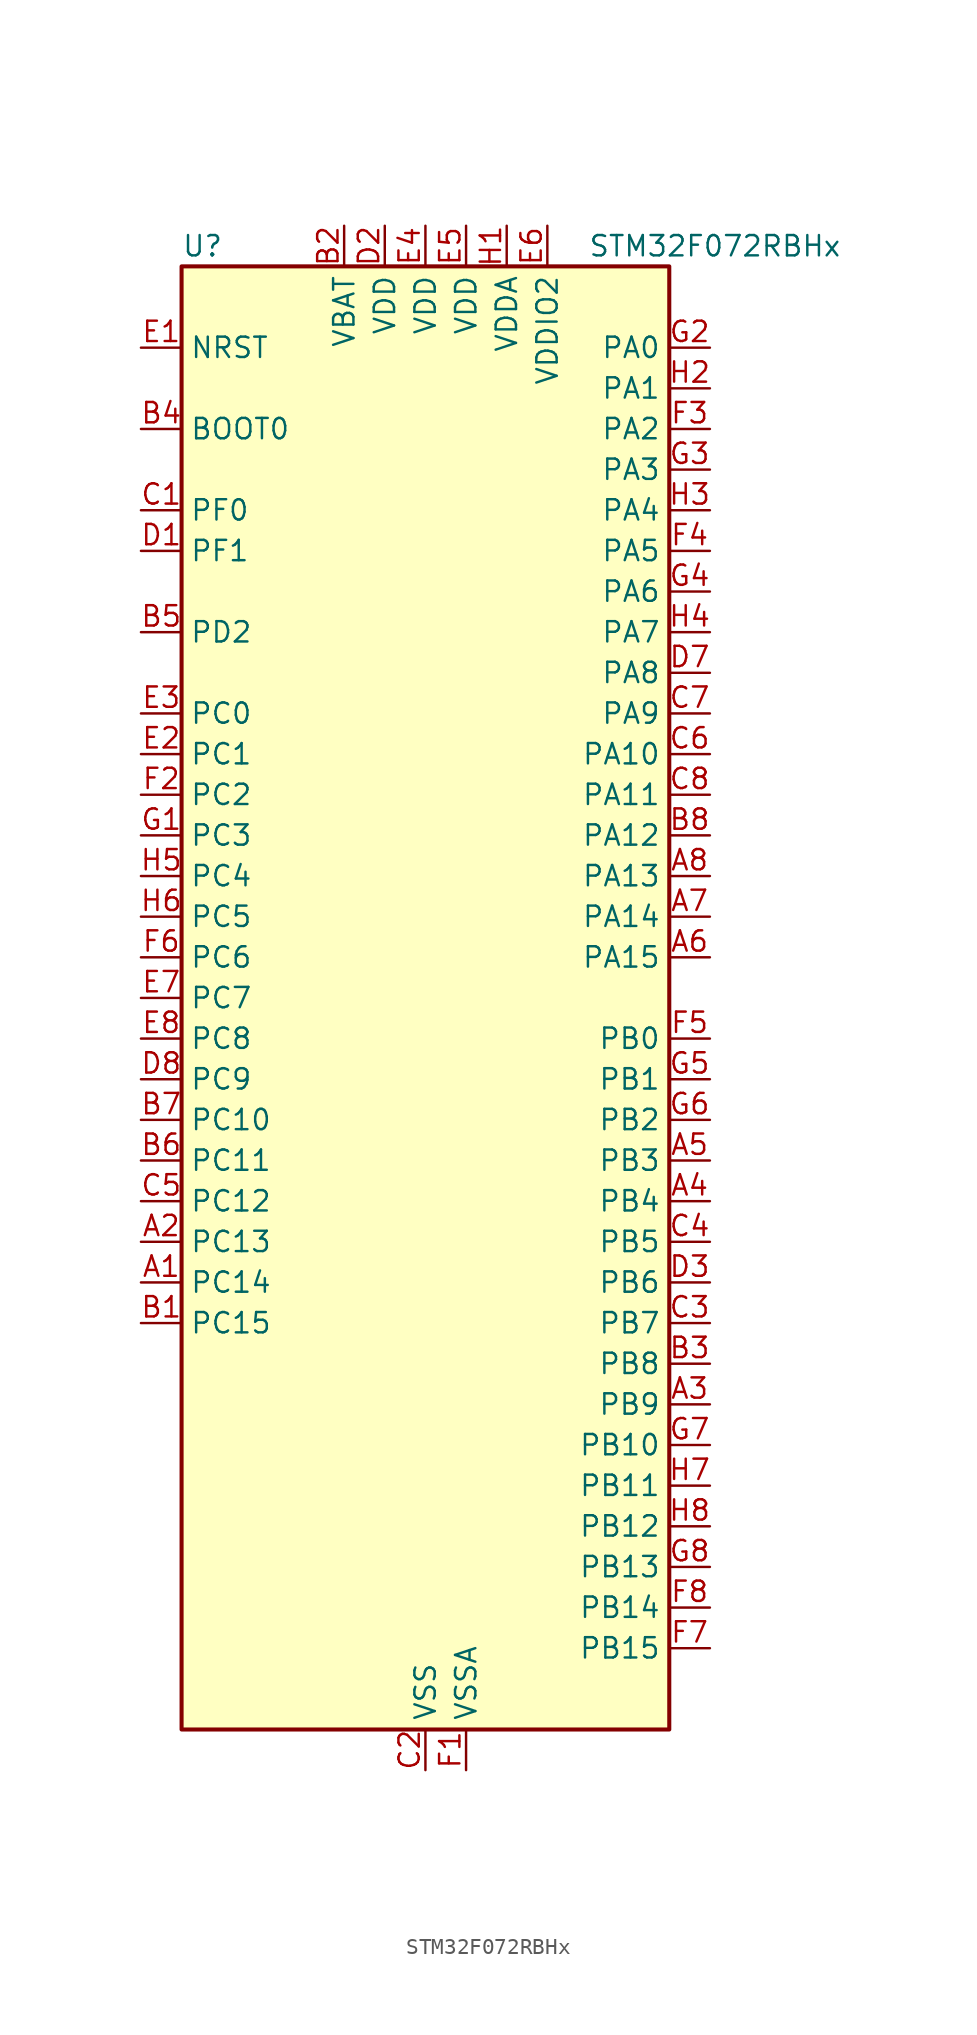
<source format=kicad_sym>
(kicad_symbol_lib
  (version 20241209)
  (generator "kicad_symbol_editor")
  (generator_version "9.0")
  (symbol "STM32F072RBHx"
    (property "Reference" "U"
      (at -15.24 46.99 0)
      (effects (font (size 1.27 1.27)) (justify left)))
    (property "Value" "STM32F072RBHx"
      (at 10.16 46.99 0)
      (effects (font (size 1.27 1.27)) (justify left)))
    (symbol "STM32F072RBHx_0_1"
      (rectangle (start -15.24 -45.72) (end 15.24 45.72) (stroke (width 0.254) (type default)) (fill (type background))))
    (symbol "STM32F072RBHx_1_1"
      (pin input line (at -17.78 40.64 0) (length 2.54) (name "NRST" (effects (font (size 1.27 1.27)))) (number "E1" (effects (font (size 1.27 1.27)))))
      (pin input line (at -17.78 35.56 0) (length 2.54) (name "BOOT0" (effects (font (size 1.27 1.27)))) (number "B4" (effects (font (size 1.27 1.27)))))
      (pin bidirectional line (at -17.78 30.48 0) (length 2.54) (name "PF0" (effects (font (size 1.27 1.27)))) (number "C1" (effects (font (size 1.27 1.27)))) (alternate "CRS_SYNC" bidirectional line) (alternate "RCC_OSC_IN" bidirectional line))
      (pin bidirectional line (at -17.78 27.94 0) (length 2.54) (name "PF1" (effects (font (size 1.27 1.27)))) (number "D1" (effects (font (size 1.27 1.27)))) (alternate "RCC_OSC_OUT" bidirectional line))
      (pin bidirectional line (at -17.78 22.86 0) (length 2.54) (name "PD2" (effects (font (size 1.27 1.27)))) (number "B5" (effects (font (size 1.27 1.27)))) (alternate "TIM3_ETR" bidirectional line) (alternate "USART3_DE" bidirectional line) (alternate "USART3_RTS" bidirectional line))
      (pin bidirectional line (at -17.78 17.78 0) (length 2.54) (name "PC0" (effects (font (size 1.27 1.27)))) (number "E3" (effects (font (size 1.27 1.27)))) (alternate "ADC_IN10" bidirectional line))
      (pin bidirectional line (at -17.78 15.24 0) (length 2.54) (name "PC1" (effects (font (size 1.27 1.27)))) (number "E2" (effects (font (size 1.27 1.27)))) (alternate "ADC_IN11" bidirectional line))
      (pin bidirectional line (at -17.78 12.7 0) (length 2.54) (name "PC2" (effects (font (size 1.27 1.27)))) (number "F2" (effects (font (size 1.27 1.27)))) (alternate "ADC_IN12" bidirectional line) (alternate "I2S2_MCK" bidirectional line) (alternate "SPI2_MISO" bidirectional line))
      (pin bidirectional line (at -17.78 10.16 0) (length 2.54) (name "PC3" (effects (font (size 1.27 1.27)))) (number "G1" (effects (font (size 1.27 1.27)))) (alternate "ADC_IN13" bidirectional line) (alternate "I2S2_SD" bidirectional line) (alternate "SPI2_MOSI" bidirectional line))
      (pin bidirectional line (at -17.78 7.62 0) (length 2.54) (name "PC4" (effects (font (size 1.27 1.27)))) (number "H5" (effects (font (size 1.27 1.27)))) (alternate "ADC_IN14" bidirectional line) (alternate "USART3_TX" bidirectional line))
      (pin bidirectional line (at -17.78 5.08 0) (length 2.54) (name "PC5" (effects (font (size 1.27 1.27)))) (number "H6" (effects (font (size 1.27 1.27)))) (alternate "ADC_IN15" bidirectional line) (alternate "SYS_WKUP5" bidirectional line) (alternate "TSC_G3_IO1" bidirectional line) (alternate "USART3_RX" bidirectional line))
      (pin bidirectional line (at -17.78 2.54 0) (length 2.54) (name "PC6" (effects (font (size 1.27 1.27)))) (number "F6" (effects (font (size 1.27 1.27)))) (alternate "TIM3_CH1" bidirectional line))
      (pin bidirectional line (at -17.78 0 0) (length 2.54) (name "PC7" (effects (font (size 1.27 1.27)))) (number "E7" (effects (font (size 1.27 1.27)))) (alternate "TIM3_CH2" bidirectional line))
      (pin bidirectional line (at -17.78 -2.54 0) (length 2.54) (name "PC8" (effects (font (size 1.27 1.27)))) (number "E8" (effects (font (size 1.27 1.27)))) (alternate "TIM3_CH3" bidirectional line))
      (pin bidirectional line (at -17.78 -5.08 0) (length 2.54) (name "PC9" (effects (font (size 1.27 1.27)))) (number "D8" (effects (font (size 1.27 1.27)))) (alternate "DAC_EXTI9" bidirectional line) (alternate "TIM3_CH4" bidirectional line))
      (pin bidirectional line (at -17.78 -7.62 0) (length 2.54) (name "PC10" (effects (font (size 1.27 1.27)))) (number "B7" (effects (font (size 1.27 1.27)))) (alternate "USART3_TX" bidirectional line) (alternate "USART4_TX" bidirectional line))
      (pin bidirectional line (at -17.78 -10.16 0) (length 2.54) (name "PC11" (effects (font (size 1.27 1.27)))) (number "B6" (effects (font (size 1.27 1.27)))) (alternate "USART3_RX" bidirectional line) (alternate "USART4_RX" bidirectional line))
      (pin bidirectional line (at -17.78 -12.7 0) (length 2.54) (name "PC12" (effects (font (size 1.27 1.27)))) (number "C5" (effects (font (size 1.27 1.27)))) (alternate "USART3_CK" bidirectional line) (alternate "USART4_CK" bidirectional line))
      (pin bidirectional line (at -17.78 -15.24 0) (length 2.54) (name "PC13" (effects (font (size 1.27 1.27)))) (number "A2" (effects (font (size 1.27 1.27)))) (alternate "RTC_OUT_ALARM" bidirectional line) (alternate "RTC_OUT_CALIB" bidirectional line) (alternate "RTC_TAMP1" bidirectional line) (alternate "RTC_TS" bidirectional line) (alternate "SYS_WKUP2" bidirectional line))
      (pin bidirectional line (at -17.78 -17.78 0) (length 2.54) (name "PC14" (effects (font (size 1.27 1.27)))) (number "A1" (effects (font (size 1.27 1.27)))) (alternate "RCC_OSC32_IN" bidirectional line))
      (pin bidirectional line (at -17.78 -20.32 0) (length 2.54) (name "PC15" (effects (font (size 1.27 1.27)))) (number "B1" (effects (font (size 1.27 1.27)))) (alternate "RCC_OSC32_OUT" bidirectional line))
      (pin power_in line (at -5.08 48.26 270) (length 2.54) (name "VBAT" (effects (font (size 1.27 1.27)))) (number "B2" (effects (font (size 1.27 1.27)))))
      (pin power_in line (at -2.54 48.26 270) (length 2.54) (name "VDD" (effects (font (size 1.27 1.27)))) (number "D2" (effects (font (size 1.27 1.27)))))
      (pin power_in line (at 0 48.26 270) (length 2.54) (name "VDD" (effects (font (size 1.27 1.27)))) (number "E4" (effects (font (size 1.27 1.27)))))
      (pin power_in line (at 0 -48.26 90) (length 2.54) (name "VSS" (effects (font (size 1.27 1.27)))) (number "C2" (effects (font (size 1.27 1.27)))))
      (pin passive line (at 0 -48.26 90) (length 2.54) (hide yes) (name "VSS" (effects (font (size 1.27 1.27)))) (number "D4" (effects (font (size 1.27 1.27)))))
      (pin passive line (at 0 -48.26 90) (length 2.54) (hide yes) (name "VSS" (effects (font (size 1.27 1.27)))) (number "D5" (effects (font (size 1.27 1.27)))))
      (pin passive line (at 0 -48.26 90) (length 2.54) (hide yes) (name "VSS" (effects (font (size 1.27 1.27)))) (number "D6" (effects (font (size 1.27 1.27)))))
      (pin power_in line (at 2.54 48.26 270) (length 2.54) (name "VDD" (effects (font (size 1.27 1.27)))) (number "E5" (effects (font (size 1.27 1.27)))))
      (pin power_in line (at 2.54 -48.26 90) (length 2.54) (name "VSSA" (effects (font (size 1.27 1.27)))) (number "F1" (effects (font (size 1.27 1.27)))))
      (pin power_in line (at 5.08 48.26 270) (length 2.54) (name "VDDA" (effects (font (size 1.27 1.27)))) (number "H1" (effects (font (size 1.27 1.27)))))
      (pin power_in line (at 7.62 48.26 270) (length 2.54) (name "VDDIO2" (effects (font (size 1.27 1.27)))) (number "E6" (effects (font (size 1.27 1.27)))))
      (pin bidirectional line (at 17.78 40.64 180) (length 2.54) (name "PA0" (effects (font (size 1.27 1.27)))) (number "G2" (effects (font (size 1.27 1.27)))) (alternate "ADC_IN0" bidirectional line) (alternate "COMP1_INM" bidirectional line) (alternate "COMP1_OUT" bidirectional line) (alternate "RTC_TAMP2" bidirectional line) (alternate "SYS_WKUP1" bidirectional line) (alternate "TIM2_CH1" bidirectional line) (alternate "TIM2_ETR" bidirectional line) (alternate "TSC_G1_IO1" bidirectional line) (alternate "USART2_CTS" bidirectional line) (alternate "USART4_TX" bidirectional line))
      (pin bidirectional line (at 17.78 38.1 180) (length 2.54) (name "PA1" (effects (font (size 1.27 1.27)))) (number "H2" (effects (font (size 1.27 1.27)))) (alternate "ADC_IN1" bidirectional line) (alternate "COMP1_INP" bidirectional line) (alternate "TIM15_CH1N" bidirectional line) (alternate "TIM2_CH2" bidirectional line) (alternate "TSC_G1_IO2" bidirectional line) (alternate "USART2_DE" bidirectional line) (alternate "USART2_RTS" bidirectional line) (alternate "USART4_RX" bidirectional line))
      (pin bidirectional line (at 17.78 35.56 180) (length 2.54) (name "PA2" (effects (font (size 1.27 1.27)))) (number "F3" (effects (font (size 1.27 1.27)))) (alternate "ADC_IN2" bidirectional line) (alternate "COMP2_INM" bidirectional line) (alternate "COMP2_OUT" bidirectional line) (alternate "SYS_WKUP4" bidirectional line) (alternate "TIM15_CH1" bidirectional line) (alternate "TIM2_CH3" bidirectional line) (alternate "TSC_G1_IO3" bidirectional line) (alternate "USART2_TX" bidirectional line))
      (pin bidirectional line (at 17.78 33.02 180) (length 2.54) (name "PA3" (effects (font (size 1.27 1.27)))) (number "G3" (effects (font (size 1.27 1.27)))) (alternate "ADC_IN3" bidirectional line) (alternate "COMP2_INP" bidirectional line) (alternate "TIM15_CH2" bidirectional line) (alternate "TIM2_CH4" bidirectional line) (alternate "TSC_G1_IO4" bidirectional line) (alternate "USART2_RX" bidirectional line))
      (pin bidirectional line (at 17.78 30.48 180) (length 2.54) (name "PA4" (effects (font (size 1.27 1.27)))) (number "H3" (effects (font (size 1.27 1.27)))) (alternate "ADC_IN4" bidirectional line) (alternate "COMP1_INM" bidirectional line) (alternate "COMP2_INM" bidirectional line) (alternate "DAC_OUT1" bidirectional line) (alternate "I2S1_WS" bidirectional line) (alternate "SPI1_NSS" bidirectional line) (alternate "TIM14_CH1" bidirectional line) (alternate "TSC_G2_IO1" bidirectional line) (alternate "USART2_CK" bidirectional line))
      (pin bidirectional line (at 17.78 27.94 180) (length 2.54) (name "PA5" (effects (font (size 1.27 1.27)))) (number "F4" (effects (font (size 1.27 1.27)))) (alternate "ADC_IN5" bidirectional line) (alternate "CEC" bidirectional line) (alternate "COMP1_INM" bidirectional line) (alternate "COMP2_INM" bidirectional line) (alternate "DAC_OUT2" bidirectional line) (alternate "I2S1_CK" bidirectional line) (alternate "SPI1_SCK" bidirectional line) (alternate "TIM2_CH1" bidirectional line) (alternate "TIM2_ETR" bidirectional line) (alternate "TSC_G2_IO2" bidirectional line))
      (pin bidirectional line (at 17.78 25.4 180) (length 2.54) (name "PA6" (effects (font (size 1.27 1.27)))) (number "G4" (effects (font (size 1.27 1.27)))) (alternate "ADC_IN6" bidirectional line) (alternate "COMP1_OUT" bidirectional line) (alternate "I2S1_MCK" bidirectional line) (alternate "SPI1_MISO" bidirectional line) (alternate "TIM16_CH1" bidirectional line) (alternate "TIM1_BKIN" bidirectional line) (alternate "TIM3_CH1" bidirectional line) (alternate "TSC_G2_IO3" bidirectional line) (alternate "USART3_CTS" bidirectional line))
      (pin bidirectional line (at 17.78 22.86 180) (length 2.54) (name "PA7" (effects (font (size 1.27 1.27)))) (number "H4" (effects (font (size 1.27 1.27)))) (alternate "ADC_IN7" bidirectional line) (alternate "COMP2_OUT" bidirectional line) (alternate "I2S1_SD" bidirectional line) (alternate "SPI1_MOSI" bidirectional line) (alternate "TIM14_CH1" bidirectional line) (alternate "TIM17_CH1" bidirectional line) (alternate "TIM1_CH1N" bidirectional line) (alternate "TIM3_CH2" bidirectional line) (alternate "TSC_G2_IO4" bidirectional line))
      (pin bidirectional line (at 17.78 20.32 180) (length 2.54) (name "PA8" (effects (font (size 1.27 1.27)))) (number "D7" (effects (font (size 1.27 1.27)))) (alternate "CRS_SYNC" bidirectional line) (alternate "RCC_MCO" bidirectional line) (alternate "TIM1_CH1" bidirectional line) (alternate "USART1_CK" bidirectional line))
      (pin bidirectional line (at 17.78 17.78 180) (length 2.54) (name "PA9" (effects (font (size 1.27 1.27)))) (number "C7" (effects (font (size 1.27 1.27)))) (alternate "DAC_EXTI9" bidirectional line) (alternate "TIM15_BKIN" bidirectional line) (alternate "TIM1_CH2" bidirectional line) (alternate "TSC_G4_IO1" bidirectional line) (alternate "USART1_TX" bidirectional line))
      (pin bidirectional line (at 17.78 15.24 180) (length 2.54) (name "PA10" (effects (font (size 1.27 1.27)))) (number "C6" (effects (font (size 1.27 1.27)))) (alternate "TIM17_BKIN" bidirectional line) (alternate "TIM1_CH3" bidirectional line) (alternate "TSC_G4_IO2" bidirectional line) (alternate "USART1_RX" bidirectional line))
      (pin bidirectional line (at 17.78 12.7 180) (length 2.54) (name "PA11" (effects (font (size 1.27 1.27)))) (number "C8" (effects (font (size 1.27 1.27)))) (alternate "CAN_RX" bidirectional line) (alternate "COMP1_OUT" bidirectional line) (alternate "TIM1_CH4" bidirectional line) (alternate "TSC_G4_IO3" bidirectional line) (alternate "USART1_CTS" bidirectional line) (alternate "USB_DM" bidirectional line))
      (pin bidirectional line (at 17.78 10.16 180) (length 2.54) (name "PA12" (effects (font (size 1.27 1.27)))) (number "B8" (effects (font (size 1.27 1.27)))) (alternate "CAN_TX" bidirectional line) (alternate "COMP2_OUT" bidirectional line) (alternate "TIM1_ETR" bidirectional line) (alternate "TSC_G4_IO4" bidirectional line) (alternate "USART1_DE" bidirectional line) (alternate "USART1_RTS" bidirectional line) (alternate "USB_DP" bidirectional line))
      (pin bidirectional line (at 17.78 7.62 180) (length 2.54) (name "PA13" (effects (font (size 1.27 1.27)))) (number "A8" (effects (font (size 1.27 1.27)))) (alternate "IR_OUT" bidirectional line) (alternate "SYS_SWDIO" bidirectional line) (alternate "USB_NOE" bidirectional line))
      (pin bidirectional line (at 17.78 5.08 180) (length 2.54) (name "PA14" (effects (font (size 1.27 1.27)))) (number "A7" (effects (font (size 1.27 1.27)))) (alternate "SYS_SWCLK" bidirectional line) (alternate "USART2_TX" bidirectional line))
      (pin bidirectional line (at 17.78 2.54 180) (length 2.54) (name "PA15" (effects (font (size 1.27 1.27)))) (number "A6" (effects (font (size 1.27 1.27)))) (alternate "I2S1_WS" bidirectional line) (alternate "SPI1_NSS" bidirectional line) (alternate "TIM2_CH1" bidirectional line) (alternate "TIM2_ETR" bidirectional line) (alternate "USART2_RX" bidirectional line) (alternate "USART4_DE" bidirectional line) (alternate "USART4_RTS" bidirectional line))
      (pin bidirectional line (at 17.78 -2.54 180) (length 2.54) (name "PB0" (effects (font (size 1.27 1.27)))) (number "F5" (effects (font (size 1.27 1.27)))) (alternate "ADC_IN8" bidirectional line) (alternate "TIM1_CH2N" bidirectional line) (alternate "TIM3_CH3" bidirectional line) (alternate "TSC_G3_IO2" bidirectional line) (alternate "USART3_CK" bidirectional line))
      (pin bidirectional line (at 17.78 -5.08 180) (length 2.54) (name "PB1" (effects (font (size 1.27 1.27)))) (number "G5" (effects (font (size 1.27 1.27)))) (alternate "ADC_IN9" bidirectional line) (alternate "TIM14_CH1" bidirectional line) (alternate "TIM1_CH3N" bidirectional line) (alternate "TIM3_CH4" bidirectional line) (alternate "TSC_G3_IO3" bidirectional line) (alternate "USART3_DE" bidirectional line) (alternate "USART3_RTS" bidirectional line))
      (pin bidirectional line (at 17.78 -7.62 180) (length 2.54) (name "PB2" (effects (font (size 1.27 1.27)))) (number "G6" (effects (font (size 1.27 1.27)))) (alternate "TSC_G3_IO4" bidirectional line))
      (pin bidirectional line (at 17.78 -10.16 180) (length 2.54) (name "PB3" (effects (font (size 1.27 1.27)))) (number "A5" (effects (font (size 1.27 1.27)))) (alternate "I2S1_CK" bidirectional line) (alternate "SPI1_SCK" bidirectional line) (alternate "TIM2_CH2" bidirectional line) (alternate "TSC_G5_IO1" bidirectional line))
      (pin bidirectional line (at 17.78 -12.7 180) (length 2.54) (name "PB4" (effects (font (size 1.27 1.27)))) (number "A4" (effects (font (size 1.27 1.27)))) (alternate "I2S1_MCK" bidirectional line) (alternate "SPI1_MISO" bidirectional line) (alternate "TIM17_BKIN" bidirectional line) (alternate "TIM3_CH1" bidirectional line) (alternate "TSC_G5_IO2" bidirectional line))
      (pin bidirectional line (at 17.78 -15.24 180) (length 2.54) (name "PB5" (effects (font (size 1.27 1.27)))) (number "C4" (effects (font (size 1.27 1.27)))) (alternate "I2C1_SMBA" bidirectional line) (alternate "I2S1_SD" bidirectional line) (alternate "SPI1_MOSI" bidirectional line) (alternate "SYS_WKUP6" bidirectional line) (alternate "TIM16_BKIN" bidirectional line) (alternate "TIM3_CH2" bidirectional line))
      (pin bidirectional line (at 17.78 -17.78 180) (length 2.54) (name "PB6" (effects (font (size 1.27 1.27)))) (number "D3" (effects (font (size 1.27 1.27)))) (alternate "I2C1_SCL" bidirectional line) (alternate "TIM16_CH1N" bidirectional line) (alternate "TSC_G5_IO3" bidirectional line) (alternate "USART1_TX" bidirectional line))
      (pin bidirectional line (at 17.78 -20.32 180) (length 2.54) (name "PB7" (effects (font (size 1.27 1.27)))) (number "C3" (effects (font (size 1.27 1.27)))) (alternate "I2C1_SDA" bidirectional line) (alternate "TIM17_CH1N" bidirectional line) (alternate "TSC_G5_IO4" bidirectional line) (alternate "USART1_RX" bidirectional line) (alternate "USART4_CTS" bidirectional line))
      (pin bidirectional line (at 17.78 -22.86 180) (length 2.54) (name "PB8" (effects (font (size 1.27 1.27)))) (number "B3" (effects (font (size 1.27 1.27)))) (alternate "CAN_RX" bidirectional line) (alternate "CEC" bidirectional line) (alternate "I2C1_SCL" bidirectional line) (alternate "TIM16_CH1" bidirectional line) (alternate "TSC_SYNC" bidirectional line))
      (pin bidirectional line (at 17.78 -25.4 180) (length 2.54) (name "PB9" (effects (font (size 1.27 1.27)))) (number "A3" (effects (font (size 1.27 1.27)))) (alternate "CAN_TX" bidirectional line) (alternate "DAC_EXTI9" bidirectional line) (alternate "I2C1_SDA" bidirectional line) (alternate "I2S2_WS" bidirectional line) (alternate "IR_OUT" bidirectional line) (alternate "SPI2_NSS" bidirectional line) (alternate "TIM17_CH1" bidirectional line))
      (pin bidirectional line (at 17.78 -27.94 180) (length 2.54) (name "PB10" (effects (font (size 1.27 1.27)))) (number "G7" (effects (font (size 1.27 1.27)))) (alternate "CEC" bidirectional line) (alternate "I2C2_SCL" bidirectional line) (alternate "I2S2_CK" bidirectional line) (alternate "SPI2_SCK" bidirectional line) (alternate "TIM2_CH3" bidirectional line) (alternate "TSC_SYNC" bidirectional line) (alternate "USART3_TX" bidirectional line))
      (pin bidirectional line (at 17.78 -30.48 180) (length 2.54) (name "PB11" (effects (font (size 1.27 1.27)))) (number "H7" (effects (font (size 1.27 1.27)))) (alternate "I2C2_SDA" bidirectional line) (alternate "TIM2_CH4" bidirectional line) (alternate "TSC_G6_IO1" bidirectional line) (alternate "USART3_RX" bidirectional line))
      (pin bidirectional line (at 17.78 -33.02 180) (length 2.54) (name "PB12" (effects (font (size 1.27 1.27)))) (number "H8" (effects (font (size 1.27 1.27)))) (alternate "I2S2_WS" bidirectional line) (alternate "SPI2_NSS" bidirectional line) (alternate "TIM15_BKIN" bidirectional line) (alternate "TIM1_BKIN" bidirectional line) (alternate "TSC_G6_IO2" bidirectional line) (alternate "USART3_CK" bidirectional line))
      (pin bidirectional line (at 17.78 -35.56 180) (length 2.54) (name "PB13" (effects (font (size 1.27 1.27)))) (number "G8" (effects (font (size 1.27 1.27)))) (alternate "I2C2_SCL" bidirectional line) (alternate "I2S2_CK" bidirectional line) (alternate "SPI2_SCK" bidirectional line) (alternate "TIM1_CH1N" bidirectional line) (alternate "TSC_G6_IO3" bidirectional line) (alternate "USART3_CTS" bidirectional line))
      (pin bidirectional line (at 17.78 -38.1 180) (length 2.54) (name "PB14" (effects (font (size 1.27 1.27)))) (number "F8" (effects (font (size 1.27 1.27)))) (alternate "I2C2_SDA" bidirectional line) (alternate "I2S2_MCK" bidirectional line) (alternate "SPI2_MISO" bidirectional line) (alternate "TIM15_CH1" bidirectional line) (alternate "TIM1_CH2N" bidirectional line) (alternate "TSC_G6_IO4" bidirectional line) (alternate "USART3_DE" bidirectional line) (alternate "USART3_RTS" bidirectional line))
      (pin bidirectional line (at 17.78 -40.64 180) (length 2.54) (name "PB15" (effects (font (size 1.27 1.27)))) (number "F7" (effects (font (size 1.27 1.27)))) (alternate "I2S2_SD" bidirectional line) (alternate "RTC_REFIN" bidirectional line) (alternate "SPI2_MOSI" bidirectional line) (alternate "SYS_WKUP7" bidirectional line) (alternate "TIM15_CH1N" bidirectional line) (alternate "TIM15_CH2" bidirectional line) (alternate "TIM1_CH3N" bidirectional line)))))
</source>
